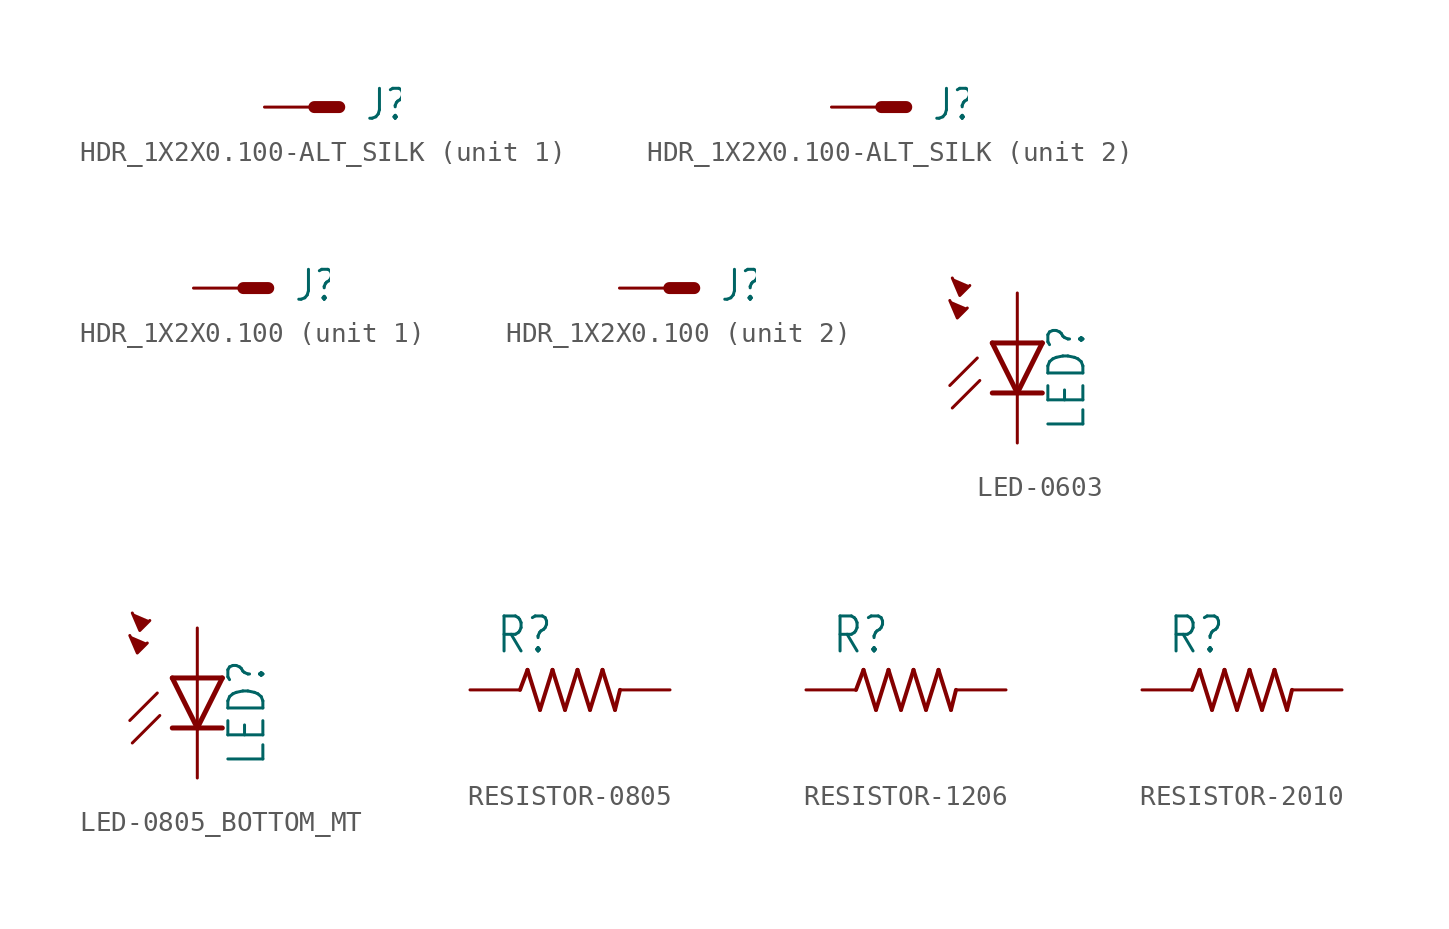
<source format=kicad_sym>
(kicad_symbol_lib
  (version 20241209)
  (generator "kicad_symbol_editor")
  (generator_version "9.0")
  (symbol "HDR_1X2X0.100-ALT_SILK"
    (property "Reference" "J"
      (at 2.54 -0.762 0)
      (effects (font (size 1.524 1.295)) (justify left bottom)))
    (property "ki_locked" ""
      (at 0 0 0)
      (effects (font (size 1.27 1.27))))
    (symbol "HDR_1X2X0.100-ALT_SILK_1_0"
      (polyline (pts (xy 1.27 0) (xy 0 0)) (stroke (width 0.61) (type solid)) (fill (type none)))
      (pin passive line (at -2.54 0 0) (length 2.54) (name "S" (effects (font (size 0 0)))) (number "1" (effects (font (size 0 0))))))
    (symbol "HDR_1X2X0.100-ALT_SILK_2_0"
      (polyline (pts (xy 1.27 0) (xy 0 0)) (stroke (width 0.61) (type solid)) (fill (type none)))
      (pin passive line (at -2.54 0 0) (length 2.54) (name "S" (effects (font (size 0 0)))) (number "2" (effects (font (size 0 0)))))))
  (symbol "HDR_1X2X0.100"
    (property "Reference" "J"
      (at 2.54 -0.762 0)
      (effects (font (size 1.524 1.295)) (justify left bottom)))
    (property "ki_locked" ""
      (at 0 0 0)
      (effects (font (size 1.27 1.27))))
    (symbol "HDR_1X2X0.100_1_0"
      (polyline (pts (xy 1.27 0) (xy 0 0)) (stroke (width 0.61) (type solid)) (fill (type none)))
      (pin passive line (at -2.54 0 0) (length 2.54) (name "S" (effects (font (size 0 0)))) (number "1" (effects (font (size 0 0))))))
    (symbol "HDR_1X2X0.100_2_0"
      (polyline (pts (xy 1.27 0) (xy 0 0)) (stroke (width 0.61) (type solid)) (fill (type none)))
      (pin passive line (at -2.54 0 0) (length 2.54) (name "S" (effects (font (size 0 0)))) (number "2" (effects (font (size 0 0)))))))
  (symbol "LED-0603"
    (property "Reference" "LED"
      (at 3.556 -4.572 90)
      (effects (font (size 1.778 1.511)) (justify left bottom)))
    (property "Value" ""
      (at 5.715 -4.572 90)
      (effects (font (size 1.778 1.511)) (justify left bottom)))
    (property "ki_locked" ""
      (at 0 0 0)
      (effects (font (size 1.27 1.27))))
    (symbol "LED-0603_1_0"
      (polyline (pts (xy -3.429 2.159) (xy -3.048 1.27) (xy -2.54 1.778)) (stroke (width 0.152) (type solid)) (fill (type outline)))
      (polyline (pts (xy -3.302 3.302) (xy -2.921 2.413) (xy -2.413 2.921)) (stroke (width 0.152) (type solid)) (fill (type outline)))
      (polyline (pts (xy -2.032 -0.762) (xy -3.429 -2.159)) (stroke (width 0.152) (type solid)) (fill (type none)))
      (polyline (pts (xy -1.905 -1.905) (xy -3.302 -3.302)) (stroke (width 0.152) (type solid)) (fill (type none)))
      (polyline (pts (xy 0 0) (xy -1.27 0)) (stroke (width 0.254) (type solid)) (fill (type none)))
      (polyline (pts (xy 0 0) (xy 0 -2.54)) (stroke (width 0.152) (type solid)) (fill (type none)))
      (polyline (pts (xy 0 -2.54) (xy -1.27 0)) (stroke (width 0.254) (type solid)) (fill (type none)))
      (polyline (pts (xy 0 -2.54) (xy -1.27 -2.54)) (stroke (width 0.254) (type solid)) (fill (type none)))
      (polyline (pts (xy 1.27 0) (xy 0 0)) (stroke (width 0.254) (type solid)) (fill (type none)))
      (polyline (pts (xy 1.27 0) (xy 0 -2.54)) (stroke (width 0.254) (type solid)) (fill (type none)))
      (polyline (pts (xy 1.27 -2.54) (xy 0 -2.54)) (stroke (width 0.254) (type solid)) (fill (type none)))
      (pin passive line (at 0 2.54 270) (length 2.54) (name "A" (effects (font (size 0 0)))) (number "A" (effects (font (size 0 0)))))
      (pin passive line (at 0 -5.08 90) (length 2.54) (name "C" (effects (font (size 0 0)))) (number "C" (effects (font (size 0 0)))))))
  (symbol "LED-0805_BOTTOM_MT"
    (property "Reference" "LED"
      (at 3.556 -4.572 90)
      (effects (font (size 1.778 1.511)) (justify left bottom)))
    (property "Value" ""
      (at 5.715 -4.572 90)
      (effects (font (size 1.778 1.511)) (justify left bottom)))
    (property "ki_locked" ""
      (at 0 0 0)
      (effects (font (size 1.27 1.27))))
    (symbol "LED-0805_BOTTOM_MT_1_0"
      (polyline (pts (xy -3.429 2.159) (xy -3.048 1.27) (xy -2.54 1.778)) (stroke (width 0.152) (type solid)) (fill (type outline)))
      (polyline (pts (xy -3.302 3.302) (xy -2.921 2.413) (xy -2.413 2.921)) (stroke (width 0.152) (type solid)) (fill (type outline)))
      (polyline (pts (xy -2.032 -0.762) (xy -3.429 -2.159)) (stroke (width 0.152) (type solid)) (fill (type none)))
      (polyline (pts (xy -1.905 -1.905) (xy -3.302 -3.302)) (stroke (width 0.152) (type solid)) (fill (type none)))
      (polyline (pts (xy 0 0) (xy -1.27 0)) (stroke (width 0.254) (type solid)) (fill (type none)))
      (polyline (pts (xy 0 0) (xy 0 -2.54)) (stroke (width 0.152) (type solid)) (fill (type none)))
      (polyline (pts (xy 0 -2.54) (xy -1.27 0)) (stroke (width 0.254) (type solid)) (fill (type none)))
      (polyline (pts (xy 0 -2.54) (xy -1.27 -2.54)) (stroke (width 0.254) (type solid)) (fill (type none)))
      (polyline (pts (xy 1.27 0) (xy 0 0)) (stroke (width 0.254) (type solid)) (fill (type none)))
      (polyline (pts (xy 1.27 0) (xy 0 -2.54)) (stroke (width 0.254) (type solid)) (fill (type none)))
      (polyline (pts (xy 1.27 -2.54) (xy 0 -2.54)) (stroke (width 0.254) (type solid)) (fill (type none)))
      (pin passive line (at 0 2.54 270) (length 2.54) (name "A" (effects (font (size 0 0)))) (number "A" (effects (font (size 0 0)))))
      (pin passive line (at 0 -5.08 90) (length 2.54) (name "C" (effects (font (size 0 0)))) (number "C" (effects (font (size 0 0)))))))
  (symbol "RESISTOR-0805"
    (property "Reference" "R"
      (at -3.81 1.753 0)
      (effects (font (size 1.778 1.511)) (justify left bottom)))
    (property "Value" ""
      (at -3.81 -3.556 0)
      (effects (font (size 1.778 1.511)) (justify left bottom)))
    (property "ki_locked" ""
      (at 0 0 0)
      (effects (font (size 1.27 1.27))))
    (symbol "RESISTOR-0805_1_0"
      (polyline (pts (xy -2.54 0) (xy -2.159 1.016)) (stroke (width 0.203) (type solid)) (fill (type none)))
      (polyline (pts (xy -2.159 1.016) (xy -1.524 -1.016)) (stroke (width 0.203) (type solid)) (fill (type none)))
      (polyline (pts (xy -1.524 -1.016) (xy -0.889 1.016)) (stroke (width 0.203) (type solid)) (fill (type none)))
      (polyline (pts (xy -0.889 1.016) (xy -0.254 -1.016)) (stroke (width 0.203) (type solid)) (fill (type none)))
      (polyline (pts (xy -0.254 -1.016) (xy 0.381 1.016)) (stroke (width 0.203) (type solid)) (fill (type none)))
      (polyline (pts (xy 0.381 1.016) (xy 1.016 -1.016)) (stroke (width 0.203) (type solid)) (fill (type none)))
      (polyline (pts (xy 1.016 -1.016) (xy 1.651 1.016)) (stroke (width 0.203) (type solid)) (fill (type none)))
      (polyline (pts (xy 1.651 1.016) (xy 2.286 -1.016)) (stroke (width 0.203) (type solid)) (fill (type none)))
      (polyline (pts (xy 2.286 -1.016) (xy 2.54 0)) (stroke (width 0.203) (type solid)) (fill (type none)))
      (pin passive line (at -5.08 0 0) (length 2.54) (name "1" (effects (font (size 0 0)))) (number "1" (effects (font (size 0 0)))))
      (pin passive line (at 5.08 0 180) (length 2.54) (name "2" (effects (font (size 0 0)))) (number "2" (effects (font (size 0 0)))))))
  (symbol "RESISTOR-1206"
    (property "Reference" "R"
      (at -3.81 1.753 0)
      (effects (font (size 1.778 1.511)) (justify left bottom)))
    (property "Value" ""
      (at -3.81 -3.556 0)
      (effects (font (size 1.778 1.511)) (justify left bottom)))
    (property "ki_locked" ""
      (at 0 0 0)
      (effects (font (size 1.27 1.27))))
    (symbol "RESISTOR-1206_1_0"
      (polyline (pts (xy -2.54 0) (xy -2.159 1.016)) (stroke (width 0.203) (type solid)) (fill (type none)))
      (polyline (pts (xy -2.159 1.016) (xy -1.524 -1.016)) (stroke (width 0.203) (type solid)) (fill (type none)))
      (polyline (pts (xy -1.524 -1.016) (xy -0.889 1.016)) (stroke (width 0.203) (type solid)) (fill (type none)))
      (polyline (pts (xy -0.889 1.016) (xy -0.254 -1.016)) (stroke (width 0.203) (type solid)) (fill (type none)))
      (polyline (pts (xy -0.254 -1.016) (xy 0.381 1.016)) (stroke (width 0.203) (type solid)) (fill (type none)))
      (polyline (pts (xy 0.381 1.016) (xy 1.016 -1.016)) (stroke (width 0.203) (type solid)) (fill (type none)))
      (polyline (pts (xy 1.016 -1.016) (xy 1.651 1.016)) (stroke (width 0.203) (type solid)) (fill (type none)))
      (polyline (pts (xy 1.651 1.016) (xy 2.286 -1.016)) (stroke (width 0.203) (type solid)) (fill (type none)))
      (polyline (pts (xy 2.286 -1.016) (xy 2.54 0)) (stroke (width 0.203) (type solid)) (fill (type none)))
      (pin passive line (at -5.08 0 0) (length 2.54) (name "1" (effects (font (size 0 0)))) (number "1" (effects (font (size 0 0)))))
      (pin passive line (at 5.08 0 180) (length 2.54) (name "2" (effects (font (size 0 0)))) (number "2" (effects (font (size 0 0)))))))
  (symbol "RESISTOR-2010"
    (property "Reference" "R"
      (at -3.81 1.753 0)
      (effects (font (size 1.778 1.511)) (justify left bottom)))
    (property "Value" ""
      (at -3.81 -3.556 0)
      (effects (font (size 1.778 1.511)) (justify left bottom)))
    (property "ki_locked" ""
      (at 0 0 0)
      (effects (font (size 1.27 1.27))))
    (symbol "RESISTOR-2010_1_0"
      (polyline (pts (xy -2.54 0) (xy -2.159 1.016)) (stroke (width 0.203) (type solid)) (fill (type none)))
      (polyline (pts (xy -2.159 1.016) (xy -1.524 -1.016)) (stroke (width 0.203) (type solid)) (fill (type none)))
      (polyline (pts (xy -1.524 -1.016) (xy -0.889 1.016)) (stroke (width 0.203) (type solid)) (fill (type none)))
      (polyline (pts (xy -0.889 1.016) (xy -0.254 -1.016)) (stroke (width 0.203) (type solid)) (fill (type none)))
      (polyline (pts (xy -0.254 -1.016) (xy 0.381 1.016)) (stroke (width 0.203) (type solid)) (fill (type none)))
      (polyline (pts (xy 0.381 1.016) (xy 1.016 -1.016)) (stroke (width 0.203) (type solid)) (fill (type none)))
      (polyline (pts (xy 1.016 -1.016) (xy 1.651 1.016)) (stroke (width 0.203) (type solid)) (fill (type none)))
      (polyline (pts (xy 1.651 1.016) (xy 2.286 -1.016)) (stroke (width 0.203) (type solid)) (fill (type none)))
      (polyline (pts (xy 2.286 -1.016) (xy 2.54 0)) (stroke (width 0.203) (type solid)) (fill (type none)))
      (pin passive line (at -5.08 0 0) (length 2.54) (name "1" (effects (font (size 0 0)))) (number "1" (effects (font (size 0 0)))))
      (pin passive line (at 5.08 0 180) (length 2.54) (name "2" (effects (font (size 0 0)))) (number "2" (effects (font (size 0 0))))))))
</source>
